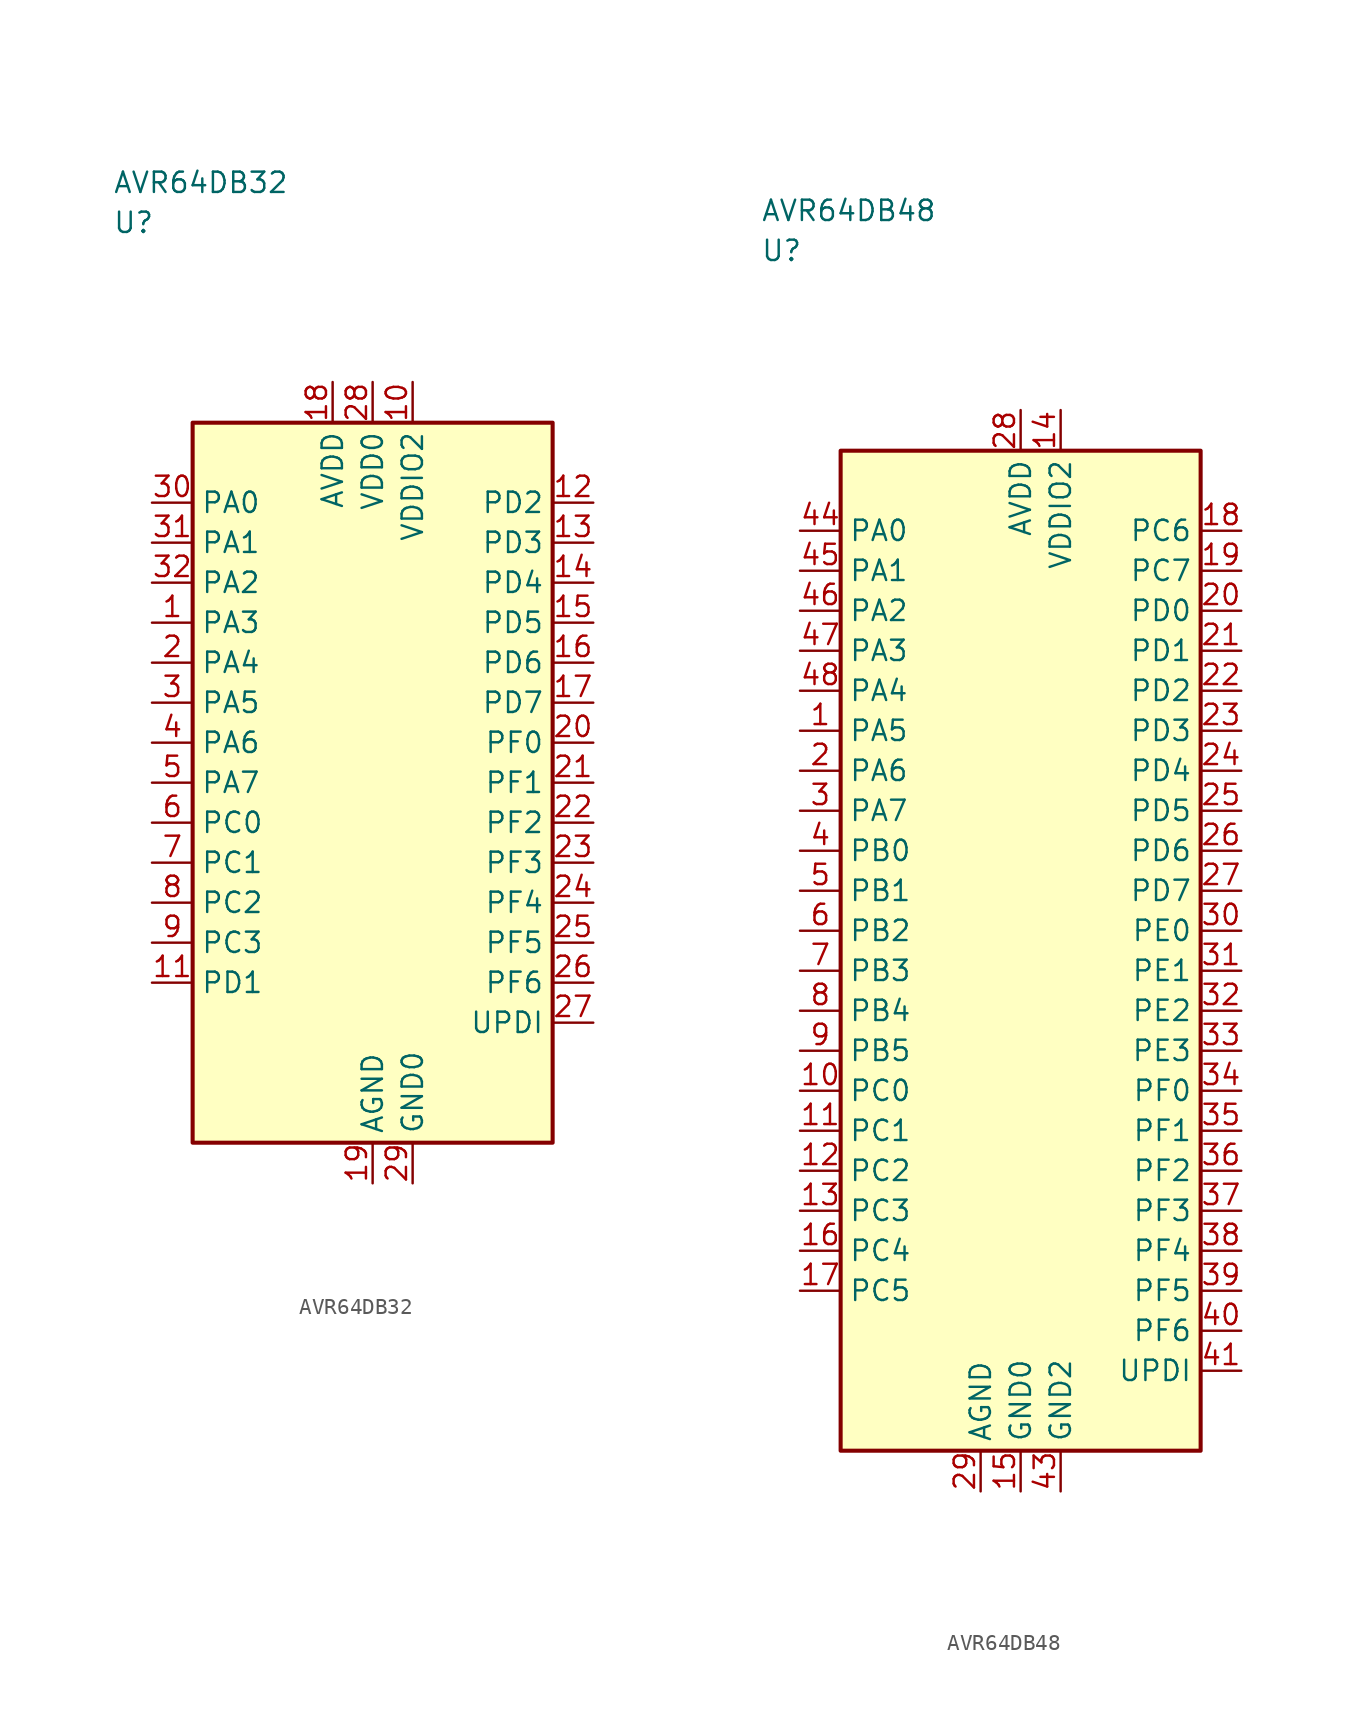
<source format=kicad_sym>
(kicad_symbol_lib
  (version 20241025)
  (generator "kicad_symbol_editor")
  (generator_version "8.0")
  (symbol "AVR64DB32"
    (property "Reference" "U"
      (at -16.25 35.0 0)
      (effects (font (size 1.27 1.27)) (justify left)))
    (property "Value" "AVR64DB32"
      (at -16.25 37.5 0)
      (effects (font (size 1.27 1.27)) (justify left)))
    (symbol "AVR64DB32_0_1"
      (rectangle (start -11.25 22.5) (end 11.25 -22.5) (stroke (width 0.254) (type default)) (fill (type background))))
    (symbol "AVR64DB32_1_1"
      (pin bidirectional line (at -13.79 10.0 0.0) (length 2.54) (name "PA3" (effects (font (size 1.27 1.27)))) (number "1" (effects (font (size 1.27 1.27)))))
      (pin bidirectional line (at -13.79 7.5 0.0) (length 2.54) (name "PA4" (effects (font (size 1.27 1.27)))) (number "2" (effects (font (size 1.27 1.27)))))
      (pin bidirectional line (at -13.79 5.0 0.0) (length 2.54) (name "PA5" (effects (font (size 1.27 1.27)))) (number "3" (effects (font (size 1.27 1.27)))))
      (pin bidirectional line (at -13.79 2.5 0.0) (length 2.54) (name "PA6" (effects (font (size 1.27 1.27)))) (number "4" (effects (font (size 1.27 1.27)))))
      (pin bidirectional line (at -13.79 0.0 0.0) (length 2.54) (name "PA7" (effects (font (size 1.27 1.27)))) (number "5" (effects (font (size 1.27 1.27)))))
      (pin bidirectional line (at -13.79 -2.5 0.0) (length 2.54) (name "PC0" (effects (font (size 1.27 1.27)))) (number "6" (effects (font (size 1.27 1.27)))))
      (pin bidirectional line (at -13.79 -5.0 0.0) (length 2.54) (name "PC1" (effects (font (size 1.27 1.27)))) (number "7" (effects (font (size 1.27 1.27)))))
      (pin bidirectional line (at -13.79 -7.5 0.0) (length 2.54) (name "PC2" (effects (font (size 1.27 1.27)))) (number "8" (effects (font (size 1.27 1.27)))))
      (pin bidirectional line (at -13.79 -10.0 0.0) (length 2.54) (name "PC3" (effects (font (size 1.27 1.27)))) (number "9" (effects (font (size 1.27 1.27)))))
      (pin power_in line (at 2.5 25.04 270.0) (length 2.54) (name "VDDIO2" (effects (font (size 1.27 1.27)))) (number "10" (effects (font (size 1.27 1.27)))))
      (pin bidirectional line (at -13.79 -12.5 0.0) (length 2.54) (name "PD1" (effects (font (size 1.27 1.27)))) (number "11" (effects (font (size 1.27 1.27)))))
      (pin bidirectional line (at 13.79 17.5 180.0) (length 2.54) (name "PD2" (effects (font (size 1.27 1.27)))) (number "12" (effects (font (size 1.27 1.27)))))
      (pin bidirectional line (at 13.79 15.0 180.0) (length 2.54) (name "PD3" (effects (font (size 1.27 1.27)))) (number "13" (effects (font (size 1.27 1.27)))))
      (pin bidirectional line (at 13.79 12.5 180.0) (length 2.54) (name "PD4" (effects (font (size 1.27 1.27)))) (number "14" (effects (font (size 1.27 1.27)))))
      (pin bidirectional line (at 13.79 10.0 180.0) (length 2.54) (name "PD5" (effects (font (size 1.27 1.27)))) (number "15" (effects (font (size 1.27 1.27)))))
      (pin bidirectional line (at 13.79 7.5 180.0) (length 2.54) (name "PD6" (effects (font (size 1.27 1.27)))) (number "16" (effects (font (size 1.27 1.27)))))
      (pin bidirectional line (at 13.79 5.0 180.0) (length 2.54) (name "PD7" (effects (font (size 1.27 1.27)))) (number "17" (effects (font (size 1.27 1.27)))))
      (pin power_in line (at -2.5 25.04 270.0) (length 2.54) (name "AVDD" (effects (font (size 1.27 1.27)))) (number "18" (effects (font (size 1.27 1.27)))))
      (pin passive line (at 0.0 -25.04 90.0) (length 2.54) (name "AGND" (effects (font (size 1.27 1.27)))) (number "19" (effects (font (size 1.27 1.27)))))
      (pin bidirectional line (at 13.79 2.5 180.0) (length 2.54) (name "PF0" (effects (font (size 1.27 1.27)))) (number "20" (effects (font (size 1.27 1.27)))))
      (pin bidirectional line (at 13.79 0.0 180.0) (length 2.54) (name "PF1" (effects (font (size 1.27 1.27)))) (number "21" (effects (font (size 1.27 1.27)))))
      (pin bidirectional line (at 13.79 -2.5 180.0) (length 2.54) (name "PF2" (effects (font (size 1.27 1.27)))) (number "22" (effects (font (size 1.27 1.27)))))
      (pin bidirectional line (at 13.79 -5.0 180.0) (length 2.54) (name "PF3" (effects (font (size 1.27 1.27)))) (number "23" (effects (font (size 1.27 1.27)))))
      (pin bidirectional line (at 13.79 -7.5 180.0) (length 2.54) (name "PF4" (effects (font (size 1.27 1.27)))) (number "24" (effects (font (size 1.27 1.27)))))
      (pin bidirectional line (at 13.79 -10.0 180.0) (length 2.54) (name "PF5" (effects (font (size 1.27 1.27)))) (number "25" (effects (font (size 1.27 1.27)))))
      (pin bidirectional line (at 13.79 -12.5 180.0) (length 2.54) (name "PF6" (effects (font (size 1.27 1.27)))) (number "26" (effects (font (size 1.27 1.27)))))
      (pin bidirectional line (at 13.79 -15.0 180.0) (length 2.54) (name "UPDI" (effects (font (size 1.27 1.27)))) (number "27" (effects (font (size 1.27 1.27)))))
      (pin power_in line (at 0.0 25.04 270.0) (length 2.54) (name "VDD0" (effects (font (size 1.27 1.27)))) (number "28" (effects (font (size 1.27 1.27)))))
      (pin passive line (at 2.5 -25.04 90.0) (length 2.54) (name "GND0" (effects (font (size 1.27 1.27)))) (number "29" (effects (font (size 1.27 1.27)))))
      (pin bidirectional line (at -13.79 17.5 0.0) (length 2.54) (name "PA0" (effects (font (size 1.27 1.27)))) (number "30" (effects (font (size 1.27 1.27)))))
      (pin bidirectional line (at -13.79 15.0 0.0) (length 2.54) (name "PA1" (effects (font (size 1.27 1.27)))) (number "31" (effects (font (size 1.27 1.27)))))
      (pin bidirectional line (at -13.79 12.5 0.0) (length 2.54) (name "PA2" (effects (font (size 1.27 1.27)))) (number "32" (effects (font (size 1.27 1.27)))))))
  (symbol "AVR64DB48"
    (property "Reference" "U"
      (at -16.25 43.75 0)
      (effects (font (size 1.27 1.27)) (justify left)))
    (property "Value" "AVR64DB48"
      (at -16.25 46.25 0)
      (effects (font (size 1.27 1.27)) (justify left)))
    (symbol "AVR64DB48_0_1"
      (rectangle (start -11.25 31.25) (end 11.25 -31.25) (stroke (width 0.254) (type default)) (fill (type background))))
    (symbol "AVR64DB48_1_1"
      (pin bidirectional line (at -13.79 13.75 0.0) (length 2.54) (name "PA5" (effects (font (size 1.27 1.27)))) (number "1" (effects (font (size 1.27 1.27)))))
      (pin bidirectional line (at -13.79 11.25 0.0) (length 2.54) (name "PA6" (effects (font (size 1.27 1.27)))) (number "2" (effects (font (size 1.27 1.27)))))
      (pin bidirectional line (at -13.79 8.75 0.0) (length 2.54) (name "PA7" (effects (font (size 1.27 1.27)))) (number "3" (effects (font (size 1.27 1.27)))))
      (pin bidirectional line (at -13.79 6.25 0.0) (length 2.54) (name "PB0" (effects (font (size 1.27 1.27)))) (number "4" (effects (font (size 1.27 1.27)))))
      (pin bidirectional line (at -13.79 3.75 0.0) (length 2.54) (name "PB1" (effects (font (size 1.27 1.27)))) (number "5" (effects (font (size 1.27 1.27)))))
      (pin bidirectional line (at -13.79 1.25 0.0) (length 2.54) (name "PB2" (effects (font (size 1.27 1.27)))) (number "6" (effects (font (size 1.27 1.27)))))
      (pin bidirectional line (at -13.79 -1.25 0.0) (length 2.54) (name "PB3" (effects (font (size 1.27 1.27)))) (number "7" (effects (font (size 1.27 1.27)))))
      (pin bidirectional line (at -13.79 -3.75 0.0) (length 2.54) (name "PB4" (effects (font (size 1.27 1.27)))) (number "8" (effects (font (size 1.27 1.27)))))
      (pin bidirectional line (at -13.79 -6.25 0.0) (length 2.54) (name "PB5" (effects (font (size 1.27 1.27)))) (number "9" (effects (font (size 1.27 1.27)))))
      (pin bidirectional line (at -13.79 -8.75 0.0) (length 2.54) (name "PC0" (effects (font (size 1.27 1.27)))) (number "10" (effects (font (size 1.27 1.27)))))
      (pin bidirectional line (at -13.79 -11.25 0.0) (length 2.54) (name "PC1" (effects (font (size 1.27 1.27)))) (number "11" (effects (font (size 1.27 1.27)))))
      (pin bidirectional line (at -13.79 -13.75 0.0) (length 2.54) (name "PC2" (effects (font (size 1.27 1.27)))) (number "12" (effects (font (size 1.27 1.27)))))
      (pin bidirectional line (at -13.79 -16.25 0.0) (length 2.54) (name "PC3" (effects (font (size 1.27 1.27)))) (number "13" (effects (font (size 1.27 1.27)))))
      (pin power_in line (at 2.5 33.79 270.0) (length 2.54) (name "VDDIO2" (effects (font (size 1.27 1.27)))) (number "14" (effects (font (size 1.27 1.27)))))
      (pin passive line (at 0.0 -33.79 90.0) (length 2.54) (name "GND0" (effects (font (size 1.27 1.27)))) (number "15" (effects (font (size 1.27 1.27)))))
      (pin bidirectional line (at -13.79 -18.75 0.0) (length 2.54) (name "PC4" (effects (font (size 1.27 1.27)))) (number "16" (effects (font (size 1.27 1.27)))))
      (pin bidirectional line (at -13.79 -21.25 0.0) (length 2.54) (name "PC5" (effects (font (size 1.27 1.27)))) (number "17" (effects (font (size 1.27 1.27)))))
      (pin bidirectional line (at 13.79 26.25 180.0) (length 2.54) (name "PC6" (effects (font (size 1.27 1.27)))) (number "18" (effects (font (size 1.27 1.27)))))
      (pin bidirectional line (at 13.79 23.75 180.0) (length 2.54) (name "PC7" (effects (font (size 1.27 1.27)))) (number "19" (effects (font (size 1.27 1.27)))))
      (pin bidirectional line (at 13.79 21.25 180.0) (length 2.54) (name "PD0" (effects (font (size 1.27 1.27)))) (number "20" (effects (font (size 1.27 1.27)))))
      (pin bidirectional line (at 13.79 18.75 180.0) (length 2.54) (name "PD1" (effects (font (size 1.27 1.27)))) (number "21" (effects (font (size 1.27 1.27)))))
      (pin bidirectional line (at 13.79 16.25 180.0) (length 2.54) (name "PD2" (effects (font (size 1.27 1.27)))) (number "22" (effects (font (size 1.27 1.27)))))
      (pin bidirectional line (at 13.79 13.75 180.0) (length 2.54) (name "PD3" (effects (font (size 1.27 1.27)))) (number "23" (effects (font (size 1.27 1.27)))))
      (pin bidirectional line (at 13.79 11.25 180.0) (length 2.54) (name "PD4" (effects (font (size 1.27 1.27)))) (number "24" (effects (font (size 1.27 1.27)))))
      (pin bidirectional line (at 13.79 8.75 180.0) (length 2.54) (name "PD5" (effects (font (size 1.27 1.27)))) (number "25" (effects (font (size 1.27 1.27)))))
      (pin bidirectional line (at 13.79 6.25 180.0) (length 2.54) (name "PD6" (effects (font (size 1.27 1.27)))) (number "26" (effects (font (size 1.27 1.27)))))
      (pin bidirectional line (at 13.79 3.75 180.0) (length 2.54) (name "PD7" (effects (font (size 1.27 1.27)))) (number "27" (effects (font (size 1.27 1.27)))))
      (pin power_in line (at 0.0 33.79 270.0) (length 2.54) (name "AVDD" (effects (font (size 1.27 1.27)))) (number "28" (effects (font (size 1.27 1.27)))))
      (pin passive line (at -2.5 -33.79 90.0) (length 2.54) (name "AGND" (effects (font (size 1.27 1.27)))) (number "29" (effects (font (size 1.27 1.27)))))
      (pin bidirectional line (at 13.79 1.25 180.0) (length 2.54) (name "PE0" (effects (font (size 1.27 1.27)))) (number "30" (effects (font (size 1.27 1.27)))))
      (pin bidirectional line (at 13.79 -1.25 180.0) (length 2.54) (name "PE1" (effects (font (size 1.27 1.27)))) (number "31" (effects (font (size 1.27 1.27)))))
      (pin bidirectional line (at 13.79 -3.75 180.0) (length 2.54) (name "PE2" (effects (font (size 1.27 1.27)))) (number "32" (effects (font (size 1.27 1.27)))))
      (pin bidirectional line (at 13.79 -6.25 180.0) (length 2.54) (name "PE3" (effects (font (size 1.27 1.27)))) (number "33" (effects (font (size 1.27 1.27)))))
      (pin bidirectional line (at 13.79 -8.75 180.0) (length 2.54) (name "PF0" (effects (font (size 1.27 1.27)))) (number "34" (effects (font (size 1.27 1.27)))))
      (pin bidirectional line (at 13.79 -11.25 180.0) (length 2.54) (name "PF1" (effects (font (size 1.27 1.27)))) (number "35" (effects (font (size 1.27 1.27)))))
      (pin bidirectional line (at 13.79 -13.75 180.0) (length 2.54) (name "PF2" (effects (font (size 1.27 1.27)))) (number "36" (effects (font (size 1.27 1.27)))))
      (pin bidirectional line (at 13.79 -16.25 180.0) (length 2.54) (name "PF3" (effects (font (size 1.27 1.27)))) (number "37" (effects (font (size 1.27 1.27)))))
      (pin bidirectional line (at 13.79 -18.75 180.0) (length 2.54) (name "PF4" (effects (font (size 1.27 1.27)))) (number "38" (effects (font (size 1.27 1.27)))))
      (pin bidirectional line (at 13.79 -21.25 180.0) (length 2.54) (name "PF5" (effects (font (size 1.27 1.27)))) (number "39" (effects (font (size 1.27 1.27)))))
      (pin bidirectional line (at 13.79 -23.75 180.0) (length 2.54) (name "PF6" (effects (font (size 1.27 1.27)))) (number "40" (effects (font (size 1.27 1.27)))))
      (pin bidirectional line (at 13.79 -26.25 180.0) (length 2.54) (name "UPDI" (effects (font (size 1.27 1.27)))) (number "41" (effects (font (size 1.27 1.27)))))
      (pin passive line (at 2.5 -33.79 90.0) (length 2.54) (name "GND2" (effects (font (size 1.27 1.27)))) (number "43" (effects (font (size 1.27 1.27)))))
      (pin bidirectional line (at -13.79 26.25 0.0) (length 2.54) (name "PA0" (effects (font (size 1.27 1.27)))) (number "44" (effects (font (size 1.27 1.27)))))
      (pin bidirectional line (at -13.79 23.75 0.0) (length 2.54) (name "PA1" (effects (font (size 1.27 1.27)))) (number "45" (effects (font (size 1.27 1.27)))))
      (pin bidirectional line (at -13.79 21.25 0.0) (length 2.54) (name "PA2" (effects (font (size 1.27 1.27)))) (number "46" (effects (font (size 1.27 1.27)))))
      (pin bidirectional line (at -13.79 18.75 0.0) (length 2.54) (name "PA3" (effects (font (size 1.27 1.27)))) (number "47" (effects (font (size 1.27 1.27)))))
      (pin bidirectional line (at -13.79 16.25 0.0) (length 2.54) (name "PA4" (effects (font (size 1.27 1.27)))) (number "48" (effects (font (size 1.27 1.27))))))))
</source>
